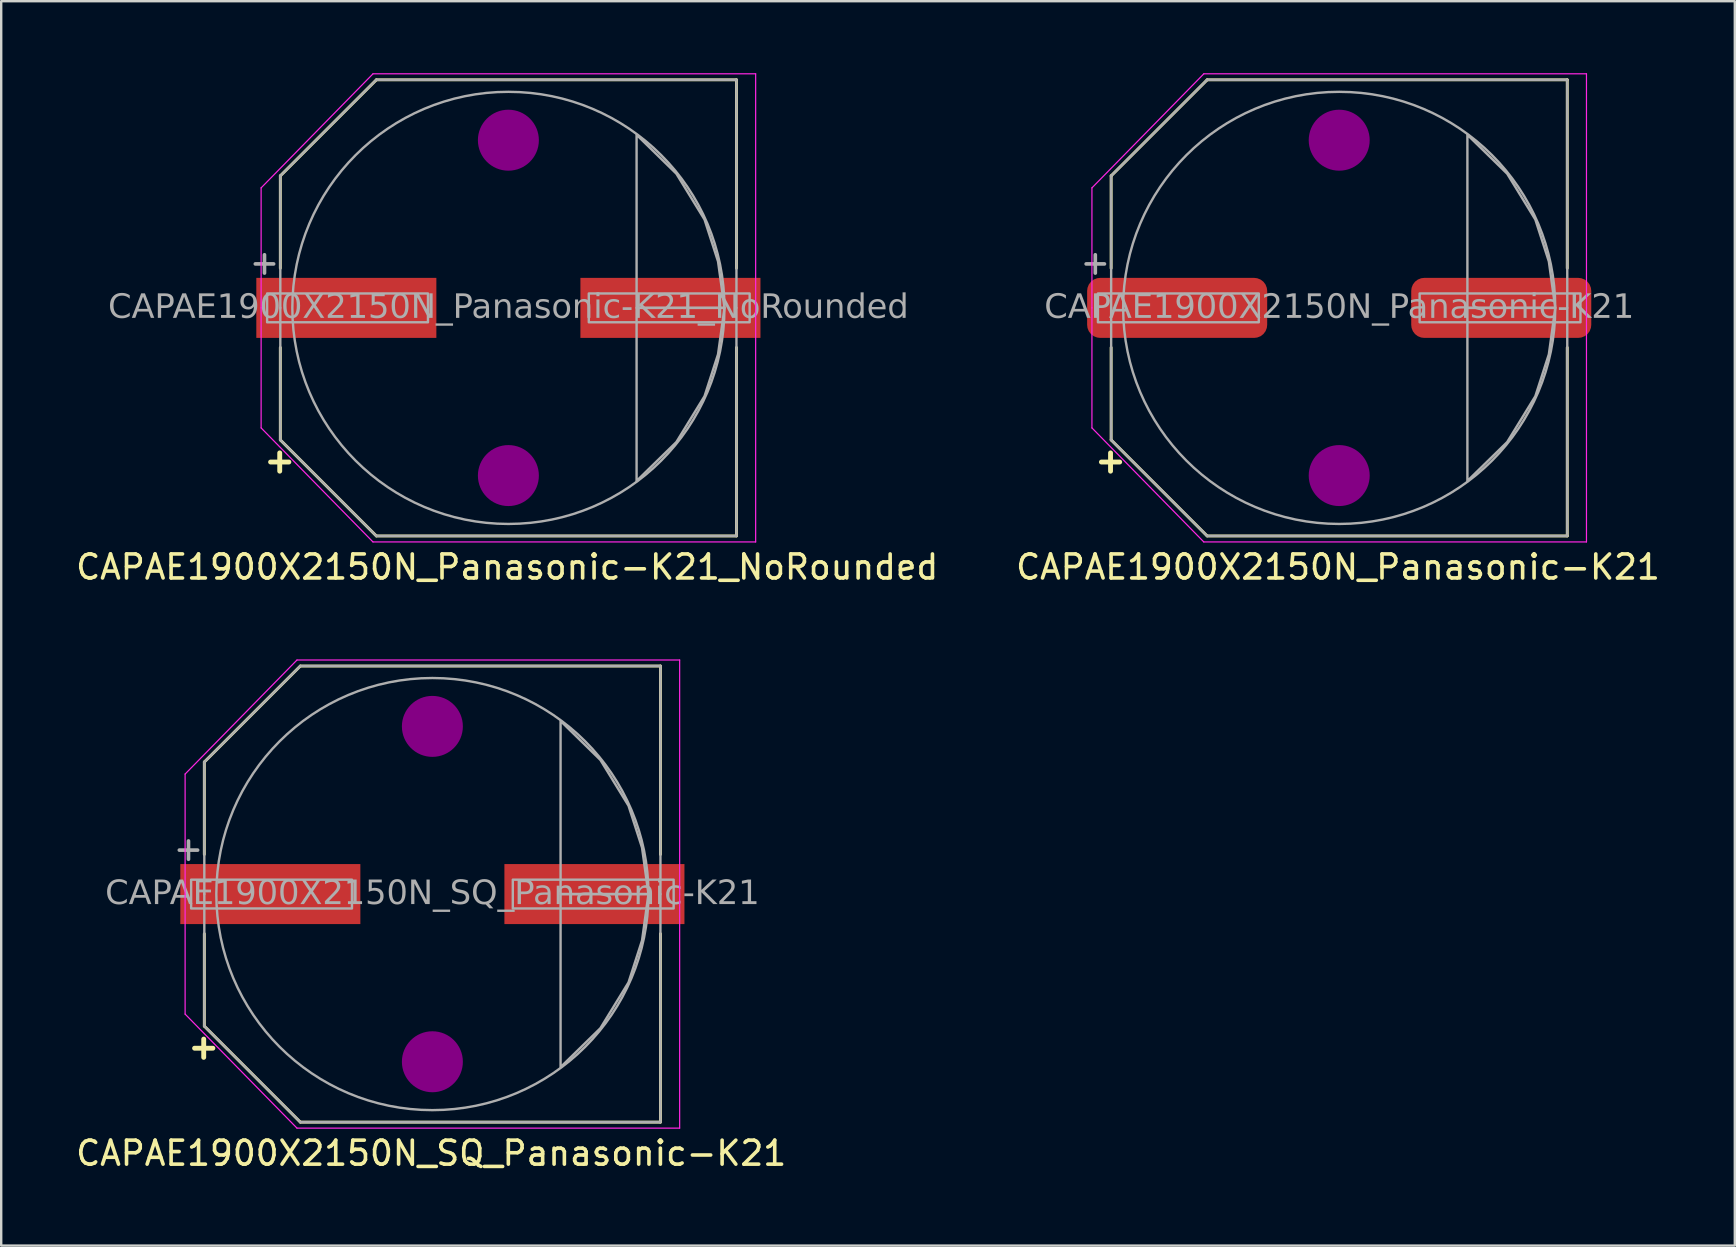
<source format=kicad_pcb>
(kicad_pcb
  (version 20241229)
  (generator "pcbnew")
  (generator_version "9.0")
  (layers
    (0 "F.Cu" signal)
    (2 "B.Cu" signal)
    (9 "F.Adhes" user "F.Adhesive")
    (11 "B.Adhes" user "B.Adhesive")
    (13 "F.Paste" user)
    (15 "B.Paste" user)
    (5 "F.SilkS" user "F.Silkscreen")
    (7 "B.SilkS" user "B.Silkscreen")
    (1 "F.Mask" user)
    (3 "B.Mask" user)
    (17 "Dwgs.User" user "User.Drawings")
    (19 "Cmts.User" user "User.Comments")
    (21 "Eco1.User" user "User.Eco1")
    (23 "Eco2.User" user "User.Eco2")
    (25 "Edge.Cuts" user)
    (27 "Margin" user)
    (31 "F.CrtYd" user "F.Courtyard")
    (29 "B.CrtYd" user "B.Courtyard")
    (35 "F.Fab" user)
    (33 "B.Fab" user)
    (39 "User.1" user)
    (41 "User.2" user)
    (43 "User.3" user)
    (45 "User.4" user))
  (footprint "CAPAE1900X2150N_Panasonic-K21"
    (layer "F.Cu")
    (at 52.735 9.775)
    (property "Reference" "CAPAE1900X2150N_Panasonic-K21" (at -0.05 10.795 0) (layer "F.SilkS") (effects (font (size 1 1) (thickness 0.15))))
    (attr smd)
    (fp_line (start -9.5 -5.5) (end -5.502 -9.498) (stroke (width 0.12) (type default)) (layer "F.SilkS"))
    (fp_line (start -9.5 -1.651) (end -9.5 -5.5) (stroke (width 0.12) (type default)) (layer "F.SilkS"))
    (fp_line (start -9.5 1.651) (end -9.5 5.5) (stroke (width 0.12) (type default)) (layer "F.SilkS"))
    (fp_line (start -9.5 5.5) (end -5.502 9.498) (stroke (width 0.12) (type default)) (layer "F.SilkS"))
    (fp_line (start -5.5 -9.5) (end 9.5 -9.5) (stroke (width 0.12) (type solid)) (layer "F.SilkS"))
    (fp_line (start -5.5 9.5) (end 9.5 9.5) (stroke (width 0.12) (type solid)) (layer "F.SilkS"))
    (fp_line (start 9.5 -1.651) (end 9.5 -9.5) (stroke (width 0.12) (type solid)) (layer "F.SilkS"))
    (fp_line (start 9.5 1.651) (end 9.5 9.5) (stroke (width 0.12) (type solid)) (layer "F.SilkS"))
    (fp_circle (center 0 -6.985) (end 1.27 -6.985) (stroke (width 0) (type solid)) (fill yes) (layer "F.Adhes"))
    (fp_circle (center 0 6.985) (end 1.27 6.985) (stroke (width 0) (type solid)) (fill yes) (layer "F.Adhes"))
    (fp_line (start -10.3 -5) (end -10.3 0) (stroke (width 0.05) (type solid)) (layer "F.CrtYd"))
    (fp_line (start -10.3 5) (end -10.3 0) (stroke (width 0.05) (type solid)) (layer "F.CrtYd"))
    (fp_line (start -5.64 -9.75) (end -10.3 -5) (stroke (width 0.05) (type default)) (layer "F.CrtYd"))
    (fp_line (start -5.64 -9.75) (end 10.3 -9.75) (stroke (width 0.05) (type solid)) (layer "F.CrtYd"))
    (fp_line (start -5.64 9.75) (end -10.3 5) (stroke (width 0.05) (type default)) (layer "F.CrtYd"))
    (fp_line (start -5.64 9.75) (end 10.3 9.75) (stroke (width 0.05) (type solid)) (layer "F.CrtYd"))
    (fp_line (start 10.3 -9.75) (end 10.3 0) (stroke (width 0.05) (type solid)) (layer "F.CrtYd"))
    (fp_line (start 10.3 9.75) (end 10.3 0) (stroke (width 0.05) (type solid)) (layer "F.CrtYd"))
    (fp_line (start -9.5 -5.5) (end -9.5 0) (stroke (width 0.1) (type solid)) (layer "F.Fab"))
    (fp_line (start -9.5 -5.5) (end -5.5 -9.5) (stroke (width 0.1) (type default)) (layer "F.Fab"))
    (fp_line (start -9.5 5.5) (end -9.5 0) (stroke (width 0.1) (type solid)) (layer "F.Fab"))
    (fp_line (start -9.5 5.5) (end -5.5 9.5) (stroke (width 0.1) (type default)) (layer "F.Fab"))
    (fp_line (start -5.5 -9.5) (end 9.5 -9.5) (stroke (width 0.1) (type solid)) (layer "F.Fab"))
    (fp_line (start -5.5 9.5) (end 9.5 9.5) (stroke (width 0.1) (type solid)) (layer "F.Fab"))
    (fp_line (start 9.5 -9.5) (end 9.5 0) (stroke (width 0.1) (type solid)) (layer "F.Fab"))
    (fp_line (start 9.5 9.5) (end 9.5 0) (stroke (width 0.1) (type solid)) (layer "F.Fab"))
    (fp_rect (start -10.05 0.6) (end -3.35 -0.6) (stroke (width 0.1) (type solid)) (fill no) (layer "F.Fab"))
    (fp_rect (start 3.35 0.6) (end 10.05 -0.6) (stroke (width 0.1) (type solid)) (fill no) (layer "F.Fab"))
    (fp_circle (center 0 0) (end 9 0) (stroke (width 0.1) (type default)) (fill no) (layer "F.Fab"))
    (fp_poly (pts (xy 5.34 -7.21) (xy 6.997 -5.59) (xy 8.17 -3.68) (xy 8.733 -1.933) (xy 9 0) (xy 5.34 0)) (stroke (width 0.1) (type solid)) (fill no) (layer "F.Fab"))
    (fp_poly (pts (xy 5.34 7.21) (xy 6.997 5.59) (xy 8.17 3.68) (xy 8.733 1.933) (xy 9 0) (xy 5.34 0)) (stroke (width 0.1) (type solid)) (fill no) (layer "F.Fab"))
    (fp_text user "+" (at -9.525 6.35 0) (unlocked yes) (layer "F.SilkS") (effects (font (size 1 1) (thickness 0.203) (bold yes))))
    (fp_text user "${REFERENCE}" (at 0 0 0) (layer "F.Fab") (effects (font (face "Tahoma") (size 1 1) (thickness 0.15))))
    (fp_text user "+" (at -10.16 -1.905 0) (unlocked yes) (layer "F.Fab") (effects (font (size 1 1) (thickness 0.152))))
    (pad "1" smd roundrect (at -6.75 0) (size 7.5 2.5) (layers "F.Cu" "F.Mask" "F.Paste") (roundrect_rratio 0.217))
    (pad "2" smd roundrect (at 6.75 0) (size 7.5 2.5) (layers "F.Cu" "F.Mask" "F.Paste") (roundrect_rratio 0.217)))
  (footprint "CAPAE1900X2150N_SQ_Panasonic-K21"
    (layer "F.Cu")
    (at 14.961 34.193)
    (property "Reference" "CAPAE1900X2150N_SQ_Panasonic-K21" (at -0.05 10.795 0) (layer "F.SilkS") (effects (font (size 1 1) (thickness 0.15))))
    (attr smd)
    (fp_line (start -9.5 -5.5) (end -5.502 -9.498) (stroke (width 0.12) (type default)) (layer "F.SilkS"))
    (fp_line (start -9.5 -1.651) (end -9.5 -5.5) (stroke (width 0.12) (type default)) (layer "F.SilkS"))
    (fp_line (start -9.5 1.651) (end -9.5 5.5) (stroke (width 0.12) (type default)) (layer "F.SilkS"))
    (fp_line (start -9.5 5.5) (end -5.502 9.498) (stroke (width 0.12) (type default)) (layer "F.SilkS"))
    (fp_line (start -5.5 -9.5) (end 9.5 -9.5) (stroke (width 0.12) (type solid)) (layer "F.SilkS"))
    (fp_line (start -5.5 9.5) (end 9.5 9.5) (stroke (width 0.12) (type solid)) (layer "F.SilkS"))
    (fp_line (start 9.5 -1.651) (end 9.5 -9.5) (stroke (width 0.12) (type solid)) (layer "F.SilkS"))
    (fp_line (start 9.5 1.651) (end 9.5 9.5) (stroke (width 0.12) (type solid)) (layer "F.SilkS"))
    (fp_circle (center 0 -6.985) (end 1.27 -6.985) (stroke (width 0) (type solid)) (fill yes) (layer "F.Adhes"))
    (fp_circle (center 0 6.985) (end 1.27 6.985) (stroke (width 0) (type solid)) (fill yes) (layer "F.Adhes"))
    (fp_line (start -10.3 -5) (end -10.3 0) (stroke (width 0.05) (type solid)) (layer "F.CrtYd"))
    (fp_line (start -10.3 5) (end -10.3 0) (stroke (width 0.05) (type solid)) (layer "F.CrtYd"))
    (fp_line (start -5.64 -9.75) (end -10.3 -5) (stroke (width 0.05) (type default)) (layer "F.CrtYd"))
    (fp_line (start -5.64 -9.75) (end 10.3 -9.75) (stroke (width 0.05) (type solid)) (layer "F.CrtYd"))
    (fp_line (start -5.64 9.75) (end -10.3 5) (stroke (width 0.05) (type default)) (layer "F.CrtYd"))
    (fp_line (start -5.64 9.75) (end 10.3 9.75) (stroke (width 0.05) (type solid)) (layer "F.CrtYd"))
    (fp_line (start 10.3 -9.75) (end 10.3 0) (stroke (width 0.05) (type solid)) (layer "F.CrtYd"))
    (fp_line (start 10.3 9.75) (end 10.3 0) (stroke (width 0.05) (type solid)) (layer "F.CrtYd"))
    (fp_line (start -9.5 -5.5) (end -9.5 0) (stroke (width 0.1) (type solid)) (layer "F.Fab"))
    (fp_line (start -9.5 -5.5) (end -5.5 -9.5) (stroke (width 0.1) (type default)) (layer "F.Fab"))
    (fp_line (start -9.5 5.5) (end -9.5 0) (stroke (width 0.1) (type solid)) (layer "F.Fab"))
    (fp_line (start -9.5 5.5) (end -5.5 9.5) (stroke (width 0.1) (type default)) (layer "F.Fab"))
    (fp_line (start -5.5 -9.5) (end 9.5 -9.5) (stroke (width 0.1) (type solid)) (layer "F.Fab"))
    (fp_line (start -5.5 9.5) (end 9.5 9.5) (stroke (width 0.1) (type solid)) (layer "F.Fab"))
    (fp_line (start 9.5 -9.5) (end 9.5 0) (stroke (width 0.1) (type solid)) (layer "F.Fab"))
    (fp_line (start 9.5 9.5) (end 9.5 0) (stroke (width 0.1) (type solid)) (layer "F.Fab"))
    (fp_rect (start -10.05 0.6) (end -3.35 -0.6) (stroke (width 0.1) (type solid)) (fill no) (layer "F.Fab"))
    (fp_rect (start 3.35 0.6) (end 10.05 -0.6) (stroke (width 0.1) (type solid)) (fill no) (layer "F.Fab"))
    (fp_circle (center 0 0) (end 9 0) (stroke (width 0.1) (type default)) (fill no) (layer "F.Fab"))
    (fp_poly (pts (xy 5.34 -7.21) (xy 6.997 -5.59) (xy 8.17 -3.68) (xy 8.733 -1.933) (xy 9 0) (xy 5.34 0)) (stroke (width 0.1) (type solid)) (fill no) (layer "F.Fab"))
    (fp_poly (pts (xy 5.34 7.21) (xy 6.997 5.59) (xy 8.17 3.68) (xy 8.733 1.933) (xy 9 0) (xy 5.34 0)) (stroke (width 0.1) (type solid)) (fill no) (layer "F.Fab"))
    (fp_text user "+" (at -9.525 6.35 0) (unlocked yes) (layer "F.SilkS") (effects (font (size 1 1) (thickness 0.203) (bold yes))))
    (fp_text user "+" (at -10.16 -1.905 0) (unlocked yes) (layer "F.Fab") (effects (font (size 1 1) (thickness 0.152))))
    (fp_text user "${REFERENCE}" (at 0 0 0) (layer "F.Fab") (effects (font (face "Tahoma") (size 1 1) (thickness 0.15))))
    (pad "1" smd rect (at -6.75 0) (size 7.5 2.5) (layers "F.Cu" "F.Mask" "F.Paste"))
    (pad "2" smd rect (at 6.75 0) (size 7.5 2.5) (layers "F.Cu" "F.Mask" "F.Paste")))
  (footprint "CAPAE1900X2150N_Panasonic-K21_NoRounded"
    (layer "F.Cu")
    (at 18.127 9.775)
    (property "Reference" "CAPAE1900X2150N_Panasonic-K21_NoRounded" (at -0.05 10.795 0) (layer "F.SilkS") (effects (font (size 1 1) (thickness 0.15))))
    (attr smd)
    (fp_line (start -9.5 -5.5) (end -5.502 -9.498) (stroke (width 0.12) (type default)) (layer "F.SilkS"))
    (fp_line (start -9.5 -1.651) (end -9.5 -5.5) (stroke (width 0.12) (type default)) (layer "F.SilkS"))
    (fp_line (start -9.5 1.651) (end -9.5 5.5) (stroke (width 0.12) (type default)) (layer "F.SilkS"))
    (fp_line (start -9.5 5.5) (end -5.502 9.498) (stroke (width 0.12) (type default)) (layer "F.SilkS"))
    (fp_line (start -5.5 -9.5) (end 9.5 -9.5) (stroke (width 0.12) (type solid)) (layer "F.SilkS"))
    (fp_line (start -5.5 9.5) (end 9.5 9.5) (stroke (width 0.12) (type solid)) (layer "F.SilkS"))
    (fp_line (start 9.5 -1.651) (end 9.5 -9.5) (stroke (width 0.12) (type solid)) (layer "F.SilkS"))
    (fp_line (start 9.5 1.651) (end 9.5 9.5) (stroke (width 0.12) (type solid)) (layer "F.SilkS"))
    (fp_circle (center 0 -6.985) (end 1.27 -6.985) (stroke (width 0) (type solid)) (fill yes) (layer "F.Adhes"))
    (fp_circle (center 0 6.985) (end 1.27 6.985) (stroke (width 0) (type solid)) (fill yes) (layer "F.Adhes"))
    (fp_line (start -10.3 -5) (end -10.3 0) (stroke (width 0.05) (type solid)) (layer "F.CrtYd"))
    (fp_line (start -10.3 5) (end -10.3 0) (stroke (width 0.05) (type solid)) (layer "F.CrtYd"))
    (fp_line (start -5.64 -9.75) (end -10.3 -5) (stroke (width 0.05) (type default)) (layer "F.CrtYd"))
    (fp_line (start -5.64 -9.75) (end 10.3 -9.75) (stroke (width 0.05) (type solid)) (layer "F.CrtYd"))
    (fp_line (start -5.64 9.75) (end -10.3 5) (stroke (width 0.05) (type default)) (layer "F.CrtYd"))
    (fp_line (start -5.64 9.75) (end 10.3 9.75) (stroke (width 0.05) (type solid)) (layer "F.CrtYd"))
    (fp_line (start 10.3 -9.75) (end 10.3 0) (stroke (width 0.05) (type solid)) (layer "F.CrtYd"))
    (fp_line (start 10.3 9.75) (end 10.3 0) (stroke (width 0.05) (type solid)) (layer "F.CrtYd"))
    (fp_line (start -9.5 -5.5) (end -9.5 0) (stroke (width 0.1) (type solid)) (layer "F.Fab"))
    (fp_line (start -9.5 -5.5) (end -5.5 -9.5) (stroke (width 0.1) (type default)) (layer "F.Fab"))
    (fp_line (start -9.5 5.5) (end -9.5 0) (stroke (width 0.1) (type solid)) (layer "F.Fab"))
    (fp_line (start -9.5 5.5) (end -5.5 9.5) (stroke (width 0.1) (type default)) (layer "F.Fab"))
    (fp_line (start -5.5 -9.5) (end 9.5 -9.5) (stroke (width 0.1) (type solid)) (layer "F.Fab"))
    (fp_line (start -5.5 9.5) (end 9.5 9.5) (stroke (width 0.1) (type solid)) (layer "F.Fab"))
    (fp_line (start 9.5 -9.5) (end 9.5 0) (stroke (width 0.1) (type solid)) (layer "F.Fab"))
    (fp_line (start 9.5 9.5) (end 9.5 0) (stroke (width 0.1) (type solid)) (layer "F.Fab"))
    (fp_rect (start -10.05 0.6) (end -3.35 -0.6) (stroke (width 0.1) (type solid)) (fill no) (layer "F.Fab"))
    (fp_rect (start 3.35 0.6) (end 10.05 -0.6) (stroke (width 0.1) (type solid)) (fill no) (layer "F.Fab"))
    (fp_circle (center 0 0) (end 9 0) (stroke (width 0.1) (type default)) (fill no) (layer "F.Fab"))
    (fp_poly (pts (xy 5.34 -7.21) (xy 6.997 -5.59) (xy 8.17 -3.68) (xy 8.733 -1.933) (xy 9 0) (xy 5.34 0)) (stroke (width 0.1) (type solid)) (fill no) (layer "F.Fab"))
    (fp_poly (pts (xy 5.34 7.21) (xy 6.997 5.59) (xy 8.17 3.68) (xy 8.733 1.933) (xy 9 0) (xy 5.34 0)) (stroke (width 0.1) (type solid)) (fill no) (layer "F.Fab"))
    (fp_text user "+" (at -9.525 6.35 0) (unlocked yes) (layer "F.SilkS") (effects (font (size 1 1) (thickness 0.203) (bold yes))))
    (fp_text user "${REFERENCE}" (at 0 0 0) (layer "F.Fab") (effects (font (face "Tahoma") (size 1 1) (thickness 0.15))))
    (fp_text user "+" (at -10.16 -1.905 0) (unlocked yes) (layer "F.Fab") (effects (font (size 1 1) (thickness 0.152))))
    (pad "1" smd rect (at -6.75 0) (size 7.5 2.5) (layers "F.Cu" "F.Mask" "F.Paste"))
    (pad "2" smd rect (at 6.75 0) (size 7.5 2.5) (layers "F.Cu" "F.Mask" "F.Paste")))
  (gr_rect
    (start -3 -3)
    (end 69.214 48.837)
    (stroke (width 0.1) (type default))
    (fill no)
    (layer "Edge.Cuts")))
</source>
